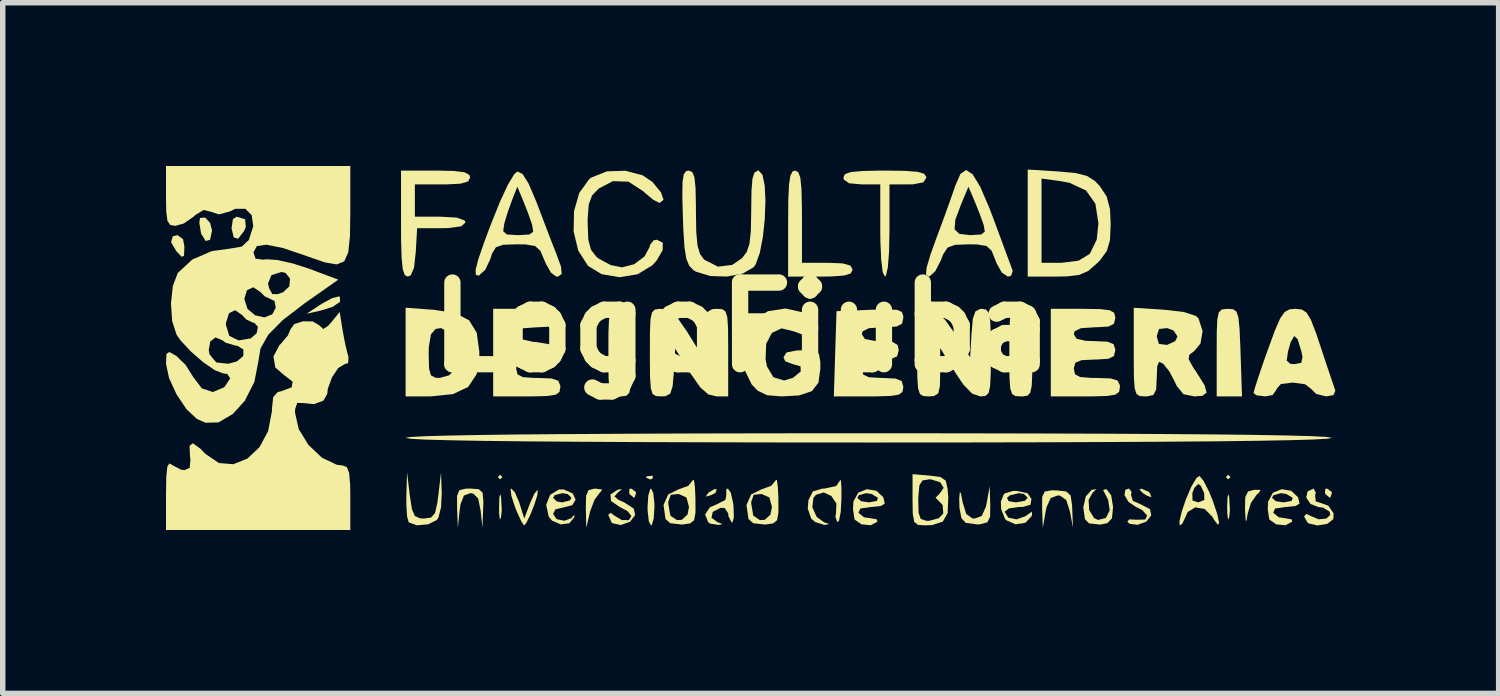
<source format=kicad_pcb>
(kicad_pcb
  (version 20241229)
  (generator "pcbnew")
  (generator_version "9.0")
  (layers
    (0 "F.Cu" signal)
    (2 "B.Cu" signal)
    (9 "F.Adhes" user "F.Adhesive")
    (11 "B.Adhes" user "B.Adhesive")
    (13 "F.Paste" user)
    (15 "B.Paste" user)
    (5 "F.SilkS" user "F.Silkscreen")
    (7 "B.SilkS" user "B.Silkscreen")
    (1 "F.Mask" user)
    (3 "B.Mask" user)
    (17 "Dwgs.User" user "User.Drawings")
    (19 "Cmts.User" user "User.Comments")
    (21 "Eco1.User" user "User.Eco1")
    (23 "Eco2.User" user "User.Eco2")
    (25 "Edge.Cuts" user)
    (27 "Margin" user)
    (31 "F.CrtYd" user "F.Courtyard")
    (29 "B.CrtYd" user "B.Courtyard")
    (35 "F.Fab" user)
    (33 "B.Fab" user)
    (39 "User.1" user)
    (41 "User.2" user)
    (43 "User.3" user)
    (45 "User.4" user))
  (footprint "LogoFiuba"
    (layer "F.Cu")
    (at 10.583 2.963)
    (property "Reference" "LogoFiuba" (at 0 0 0) (layer "F.SilkS") (effects (font (size 1.5 1.5) (thickness 0.3))))
    (attr board_only exclude_from_pos_files exclude_from_bom)
    (fp_poly (pts (xy -4.403 2.752) (xy -4.445 2.794) (xy -4.487 2.752) (xy -4.445 2.709)) (stroke (width 0) (type solid)) (fill yes) (layer "F.SilkS"))
    (fp_poly (pts (xy 8.975 2.752) (xy 8.932 2.794) (xy 8.89 2.752) (xy 8.932 2.709)) (stroke (width 0) (type solid)) (fill yes) (layer "F.SilkS"))
    (fp_poly (pts (xy -1.637 2.738) (xy -1.649 2.788) (xy -1.693 2.794) (xy -1.763 2.763) (xy -1.75 2.738) (xy -1.649 2.727)) (stroke (width 0) (type solid)) (fill yes) (layer "F.SilkS"))
    (fp_poly (pts (xy -0.463 2.98) (xy -0.489 3.043) (xy -0.568 3.085) (xy -0.667 3.111) (xy -0.626 3.049) (xy -0.615 3.037) (xy -0.504 2.971)) (stroke (width 0) (type solid)) (fill yes) (layer "F.SilkS"))
    (fp_poly (pts (xy 7.475 3.025) (xy 7.493 3.048) (xy 7.523 3.124) (xy 7.443 3.095) (xy 7.366 3.048) (xy 7.301 2.98) (xy 7.34 2.965)) (stroke (width 0) (type solid)) (fill yes) (layer "F.SilkS"))
    (fp_poly (pts (xy -10.27 -1.62) (xy -10.245 -1.482) (xy -10.252 -1.313) (xy -10.295 -1.295) (xy -10.393 -1.397) (xy -10.49 -1.563) (xy -10.459 -1.671) (xy -10.372 -1.693)) (stroke (width 0) (type solid)) (fill yes) (layer "F.SilkS"))
    (fp_poly (pts (xy -9.13 -1.984) (xy -9.116 -1.844) (xy -9.15 -1.767) (xy -9.259 -1.626) (xy -9.339 -1.651) (xy -9.379 -1.82) (xy -9.354 -1.987) (xy -9.284 -2.032)) (stroke (width 0) (type solid)) (fill yes) (layer "F.SilkS"))
    (fp_poly (pts (xy -7.389 -0.559) (xy -7.385 -0.468) (xy -7.522 -0.375) (xy -7.747 -0.305) (xy -8.001 -0.249) (xy -7.722 -0.431) (xy -7.533 -0.535) (xy -7.406 -0.567)) (stroke (width 0) (type solid)) (fill yes) (layer "F.SilkS"))
    (fp_poly (pts (xy -4.428 3.111) (xy -4.414 3.358) (xy -4.428 3.493) (xy -4.449 3.533) (xy -4.462 3.426) (xy -4.464 3.302) (xy -4.458 3.119) (xy -4.441 3.069)) (stroke (width 0) (type solid)) (fill yes) (layer "F.SilkS"))
    (fp_poly (pts (xy -1.951 3.025) (xy -1.947 3.048) (xy -1.976 3.13) (xy -1.985 3.133) (xy -2.057 3.073) (xy -2.074 3.048) (xy -2.068 2.97) (xy -2.037 2.963)) (stroke (width 0) (type solid)) (fill yes) (layer "F.SilkS"))
    (fp_poly (pts (xy 8.95 3.111) (xy 8.964 3.358) (xy 8.95 3.493) (xy 8.929 3.533) (xy 8.916 3.426) (xy 8.913 3.302) (xy 8.92 3.119) (xy 8.937 3.069)) (stroke (width 0) (type solid)) (fill yes) (layer "F.SilkS"))
    (fp_poly (pts (xy 10.834 3.025) (xy 10.837 3.048) (xy 10.808 3.13) (xy 10.8 3.133) (xy 10.728 3.073) (xy 10.71 3.048) (xy 10.717 2.97) (xy 10.748 2.963)) (stroke (width 0) (type solid)) (fill yes) (layer "F.SilkS"))
    (fp_poly (pts (xy -9.772 -1.916) (xy -9.737 -1.778) (xy -9.773 -1.608) (xy -9.854 -1.585) (xy -9.935 -1.715) (xy -9.943 -1.746) (xy -9.971 -1.923) (xy -9.958 -2.008) (xy -9.863 -2.016)) (stroke (width 0) (type solid)) (fill yes) (layer "F.SilkS"))
    (fp_poly (pts (xy -2.568 2.981) (xy -2.606 3.034) (xy -2.612 3.038) (xy -2.708 3.165) (xy -2.789 3.377) (xy -2.794 3.397) (xy -2.861 3.683) (xy -2.87 3.323) (xy -2.865 3.096) (xy -2.82 2.992) (xy -2.712 2.965) (xy -2.688 2.965)) (stroke (width 0) (type solid)) (fill yes) (layer "F.SilkS"))
    (fp_poly (pts (xy -1.632 3.038) (xy -1.61 3.226) (xy -1.609 3.302) (xy -1.623 3.514) (xy -1.658 3.632) (xy -1.672 3.641) (xy -1.712 3.566) (xy -1.734 3.378) (xy -1.736 3.302) (xy -1.722 3.09) (xy -1.686 2.972) (xy -1.672 2.963)) (stroke (width 0) (type solid)) (fill yes) (layer "F.SilkS"))
    (fp_poly (pts (xy 9.528 2.988) (xy 9.495 3.042) (xy 9.456 3.074) (xy 9.349 3.228) (xy 9.289 3.429) (xy 9.267 3.561) (xy 9.253 3.542) (xy 9.242 3.364) (xy 9.241 3.341) (xy 9.246 3.118) (xy 9.298 3.016) (xy 9.408 2.986)) (stroke (width 0) (type solid)) (fill yes) (layer "F.SilkS"))
    (fp_poly (pts (xy 9.022 -0.332) (xy 9.084 -0.289) (xy 9.12 -0.18) (xy 9.141 0.028) (xy 9.156 0.366) (xy 9.159 0.466) (xy 9.186 1.27) (xy 8.954 1.27) (xy 8.721 1.27) (xy 8.721 0.466) (xy 8.722 0.093) (xy 8.732 -0.142) (xy 8.759 -0.271) (xy 8.811 -0.326) (xy 8.896 -0.338) (xy 8.927 -0.339)) (stroke (width 0) (type solid)) (fill yes) (layer "F.SilkS"))
    (fp_poly (pts (xy -4.837 2.975) (xy -4.766 3.04) (xy -4.752 3.206) (xy -4.756 3.323) (xy -4.77 3.683) (xy -4.803 3.365) (xy -4.848 3.146) (xy -4.936 3.056) (xy -4.995 3.048) (xy -5.11 3.092) (xy -5.171 3.249) (xy -5.188 3.365) (xy -5.221 3.683) (xy -5.235 3.323) (xy -5.236 3.098) (xy -5.194 2.994) (xy -5.078 2.965) (xy -4.995 2.963)) (stroke (width 0) (type solid)) (fill yes) (layer "F.SilkS"))
    (fp_poly (pts (xy 5.779 2.997) (xy 5.956 3.016) (xy 6.037 3.09) (xy 6.064 3.269) (xy 6.067 3.344) (xy 6.08 3.683) (xy 6.025 3.387) (xy 5.957 3.174) (xy 5.844 3.094) (xy 5.8 3.09) (xy 5.67 3.138) (xy 5.594 3.307) (xy 5.578 3.387) (xy 5.526 3.683) (xy 5.514 3.336) (xy 5.515 3.116) (xy 5.562 3.018) (xy 5.69 2.995)) (stroke (width 0) (type solid)) (fill yes) (layer "F.SilkS"))
    (fp_poly (pts (xy -4.172 3.035) (xy -4.096 3.211) (xy -4.087 3.239) (xy -4.001 3.514) (xy -3.895 3.234) (xy -3.817 3.06) (xy -3.76 2.99) (xy -3.753 2.992) (xy -3.76 3.083) (xy -3.815 3.258) (xy -3.893 3.453) (xy -3.967 3.601) (xy -4.005 3.641) (xy -4.053 3.57) (xy -4.135 3.392) (xy -4.171 3.302) (xy -4.238 3.097) (xy -4.252 2.977) (xy -4.239 2.963)) (stroke (width 0) (type solid)) (fill yes) (layer "F.SilkS"))
    (fp_poly (pts (xy 4.561 3.263) (xy 4.558 3.482) (xy 4.506 3.584) (xy 4.375 3.619) (xy 4.327 3.623) (xy 4.11 3.593) (xy 4.031 3.507) (xy 3.995 3.321) (xy 3.99 3.147) (xy 4.002 3.025) (xy 4.022 3.054) (xy 4.054 3.217) (xy 4.119 3.429) (xy 4.229 3.51) (xy 4.276 3.514) (xy 4.405 3.466) (xy 4.481 3.297) (xy 4.497 3.217) (xy 4.55 2.921)) (stroke (width 0) (type solid)) (fill yes) (layer "F.SilkS"))
    (fp_poly (pts (xy 7.158 3.025) (xy 7.147 3.08) (xy 7.181 3.189) (xy 7.324 3.252) (xy 7.495 3.342) (xy 7.519 3.453) (xy 7.43 3.569) (xy 7.27 3.629) (xy 7.121 3.611) (xy 7.08 3.573) (xy 7.113 3.529) (xy 7.242 3.536) (xy 7.408 3.532) (xy 7.444 3.459) (xy 7.353 3.358) (xy 7.239 3.302) (xy 7.1 3.207) (xy 7.027 3.083) (xy 7.042 2.986) (xy 7.109 2.963)) (stroke (width 0) (type solid)) (fill yes) (layer "F.SilkS"))
    (fp_poly (pts (xy 1.033 -2.851) (xy 1.071 -2.748) (xy 1.092 -2.543) (xy 1.1 -2.208) (xy 1.101 -2.032) (xy 1.101 -1.185) (xy 1.566 -1.185) (xy 1.847 -1.174) (xy 1.992 -1.134) (xy 2.032 -1.058) (xy 1.997 -0.989) (xy 1.872 -0.95) (xy 1.625 -0.933) (xy 1.439 -0.931) (xy 0.847 -0.931) (xy 0.847 -1.905) (xy 0.85 -2.333) (xy 0.863 -2.617) (xy 0.888 -2.785) (xy 0.928 -2.863) (xy 0.974 -2.879)) (stroke (width 0) (type solid)) (fill yes) (layer "F.SilkS"))
    (fp_poly (pts (xy -5.517 3.052) (xy -5.53 3.307) (xy -5.578 3.497) (xy -5.605 3.539) (xy -5.767 3.62) (xy -5.972 3.638) (xy -6.123 3.585) (xy -6.124 3.584) (xy -6.154 3.474) (xy -6.168 3.253) (xy -6.167 3.097) (xy -6.154 2.667) (xy -6.104 3.09) (xy -6.065 3.343) (xy -6.01 3.468) (xy -5.911 3.511) (xy -5.842 3.514) (xy -5.714 3.496) (xy -5.641 3.415) (xy -5.598 3.228) (xy -5.58 3.09) (xy -5.53 2.667)) (stroke (width 0) (type solid)) (fill yes) (layer "F.SilkS"))
    (fp_poly (pts (xy -2.146 -0.333) (xy -2.084 -0.295) (xy -2.05 -0.193) (xy -2.035 0.004) (xy -2.032 0.33) (xy -2.032 0.466) (xy -2.033 0.838) (xy -2.043 1.073) (xy -2.07 1.202) (xy -2.122 1.257) (xy -2.208 1.27) (xy -2.244 1.27) (xy -2.342 1.264) (xy -2.404 1.227) (xy -2.438 1.125) (xy -2.452 0.927) (xy -2.455 0.602) (xy -2.455 0.466) (xy -2.454 0.093) (xy -2.444 -0.142) (xy -2.417 -0.271) (xy -2.365 -0.326) (xy -2.279 -0.338) (xy -2.244 -0.339)) (stroke (width 0) (type solid)) (fill yes) (layer "F.SilkS"))
    (fp_poly (pts (xy 5.22 -0.333) (xy 5.282 -0.295) (xy 5.316 -0.193) (xy 5.331 0.004) (xy 5.334 0.33) (xy 5.334 0.466) (xy 5.333 0.838) (xy 5.323 1.073) (xy 5.296 1.202) (xy 5.244 1.257) (xy 5.158 1.27) (xy 5.122 1.27) (xy 5.024 1.264) (xy 4.962 1.227) (xy 4.928 1.125) (xy 4.914 0.927) (xy 4.911 0.602) (xy 4.911 0.466) (xy 4.912 0.093) (xy 4.922 -0.142) (xy 4.949 -0.271) (xy 5.001 -0.326) (xy 5.087 -0.338) (xy 5.122 -0.339)) (stroke (width 0) (type solid)) (fill yes) (layer "F.SilkS"))
    (fp_poly (pts (xy 10.542 3.039) (xy 10.529 3.09) (xy 10.541 3.2) (xy 10.6 3.217) (xy 10.772 3.278) (xy 10.869 3.418) (xy 10.864 3.524) (xy 10.755 3.611) (xy 10.574 3.641) (xy 10.411 3.604) (xy 10.386 3.584) (xy 10.326 3.474) (xy 10.372 3.429) (xy 10.455 3.47) (xy 10.594 3.528) (xy 10.733 3.515) (xy 10.808 3.448) (xy 10.795 3.387) (xy 10.675 3.314) (xy 10.587 3.302) (xy 10.445 3.247) (xy 10.365 3.127) (xy 10.392 3.014) (xy 10.501 2.963)) (stroke (width 0) (type solid)) (fill yes) (layer "F.SilkS"))
    (fp_poly (pts (xy -2.271 3.028) (xy -2.283 3.037) (xy -2.343 3.108) (xy -2.268 3.173) (xy -2.171 3.213) (xy -1.99 3.331) (xy -1.963 3.45) (xy -2.058 3.573) (xy -2.227 3.633) (xy -2.382 3.6) (xy -2.395 3.588) (xy -2.455 3.453) (xy -2.455 3.44) (xy -2.412 3.41) (xy -2.354 3.454) (xy -2.209 3.542) (xy -2.08 3.543) (xy -2.032 3.469) (xy -2.102 3.379) (xy -2.251 3.299) (xy -2.406 3.193) (xy -2.418 3.073) (xy -2.284 2.984) (xy -2.281 2.983) (xy -2.204 2.972)) (stroke (width 0) (type solid)) (fill yes) (layer "F.SilkS"))
    (fp_poly (pts (xy 6.448 3.03) (xy 6.367 3.172) (xy 6.378 3.357) (xy 6.467 3.504) (xy 6.541 3.54) (xy 6.686 3.503) (xy 6.755 3.362) (xy 6.727 3.172) (xy 6.696 3.112) (xy 6.634 2.992) (xy 6.678 2.975) (xy 6.703 2.982) (xy 6.782 3.087) (xy 6.816 3.294) (xy 6.816 3.309) (xy 6.797 3.509) (xy 6.714 3.598) (xy 6.582 3.625) (xy 6.376 3.603) (xy 6.3 3.525) (xy 6.27 3.31) (xy 6.316 3.107) (xy 6.422 2.989) (xy 6.435 2.985) (xy 6.514 2.974)) (stroke (width 0) (type solid)) (fill yes) (layer "F.SilkS"))
    (fp_poly (pts (xy -0.207 3.038) (xy -0.164 3.225) (xy -0.156 3.295) (xy -0.15 3.493) (xy -0.175 3.586) (xy -0.189 3.586) (xy -0.248 3.476) (xy -0.254 3.418) (xy -0.319 3.321) (xy -0.395 3.317) (xy -0.538 3.392) (xy -0.561 3.5) (xy -0.45 3.581) (xy -0.449 3.581) (xy -0.357 3.615) (xy -0.428 3.631) (xy -0.43 3.631) (xy -0.582 3.608) (xy -0.621 3.584) (xy -0.678 3.439) (xy -0.591 3.308) (xy -0.461 3.251) (xy -0.304 3.171) (xy -0.289 3.08) (xy -0.289 2.977) (xy -0.26 2.963)) (stroke (width 0) (type solid)) (fill yes) (layer "F.SilkS"))
    (fp_poly (pts (xy -0.865 2.941) (xy -0.856 3.136) (xy -0.855 3.404) (xy -0.88 3.545) (xy -0.954 3.604) (xy -1.097 3.624) (xy -1.103 3.624) (xy -1.319 3.6) (xy -1.406 3.521) (xy -1.442 3.266) (xy -1.431 3.24) (xy -1.355 3.24) (xy -1.317 3.461) (xy -1.195 3.543) (xy -1.105 3.537) (xy -1.001 3.44) (xy -0.974 3.301) (xy -1.021 3.127) (xy -1.164 3.063) (xy -1.309 3.077) (xy -1.354 3.204) (xy -1.355 3.24) (xy -1.431 3.24) (xy -1.356 3.071) (xy -1.169 2.979) (xy -0.986 2.912) (xy -0.904 2.81) (xy -0.883 2.806)) (stroke (width 0) (type solid)) (fill yes) (layer "F.SilkS"))
    (fp_poly (pts (xy 0.659 2.941) (xy 0.668 3.136) (xy 0.669 3.404) (xy 0.644 3.545) (xy 0.57 3.604) (xy 0.427 3.624) (xy 0.421 3.624) (xy 0.205 3.6) (xy 0.118 3.521) (xy 0.082 3.266) (xy 0.093 3.24) (xy 0.169 3.24) (xy 0.207 3.461) (xy 0.329 3.543) (xy 0.419 3.537) (xy 0.523 3.44) (xy 0.55 3.301) (xy 0.503 3.127) (xy 0.36 3.063) (xy 0.215 3.077) (xy 0.17 3.204) (xy 0.169 3.24) (xy 0.093 3.24) (xy 0.168 3.071) (xy 0.355 2.979) (xy 0.538 2.912) (xy 0.62 2.81) (xy 0.641 2.806)) (stroke (width 0) (type solid)) (fill yes) (layer "F.SilkS"))
    (fp_poly (pts (xy 1.826 2.943) (xy 1.827 3.146) (xy 1.813 3.396) (xy 1.782 3.552) (xy 1.751 3.582) (xy 1.714 3.478) (xy 1.727 3.42) (xy 1.734 3.24) (xy 1.643 3.101) (xy 1.501 3.035) (xy 1.358 3.078) (xy 1.312 3.133) (xy 1.291 3.304) (xy 1.371 3.483) (xy 1.507 3.583) (xy 1.602 3.615) (xy 1.534 3.629) (xy 1.513 3.631) (xy 1.346 3.579) (xy 1.271 3.515) (xy 1.208 3.332) (xy 1.22 3.176) (xy 1.302 3.016) (xy 1.473 2.964) (xy 1.519 2.963) (xy 1.731 2.916) (xy 1.8 2.815) (xy 1.817 2.809)) (stroke (width 0) (type solid)) (fill yes) (layer "F.SilkS"))
    (fp_poly (pts (xy 2.996 -2.874) (xy 3.228 -2.856) (xy 3.348 -2.82) (xy 3.386 -2.761) (xy 3.387 -2.752) (xy 3.331 -2.663) (xy 3.145 -2.627) (xy 3.048 -2.625) (xy 2.709 -2.625) (xy 2.709 -1.778) (xy 2.701 -1.385) (xy 2.679 -1.1) (xy 2.644 -0.949) (xy 2.625 -0.931) (xy 2.585 -1.012) (xy 2.557 -1.237) (xy 2.542 -1.583) (xy 2.54 -1.778) (xy 2.54 -2.625) (xy 2.201 -2.625) (xy 1.966 -2.646) (xy 1.869 -2.715) (xy 1.863 -2.752) (xy 1.892 -2.814) (xy 2.001 -2.852) (xy 2.217 -2.872) (xy 2.569 -2.879) (xy 2.625 -2.879)) (stroke (width 0) (type solid)) (fill yes) (layer "F.SilkS"))
    (fp_poly (pts (xy -5.295 -2.872) (xy -5.099 -2.848) (xy -5.01 -2.8) (xy -4.995 -2.752) (xy -5.034 -2.678) (xy -5.173 -2.638) (xy -5.442 -2.625) (xy -5.503 -2.625) (xy -6.011 -2.625) (xy -6.011 -2.328) (xy -6.011 -2.032) (xy -5.546 -2.032) (xy -5.241 -2.015) (xy -5.095 -1.962) (xy -5.08 -1.926) (xy -5.158 -1.855) (xy -5.397 -1.823) (xy -5.524 -1.82) (xy -5.969 -1.82) (xy -5.995 -1.376) (xy -6.027 -1.092) (xy -6.087 -0.954) (xy -6.143 -0.931) (xy -6.197 -0.96) (xy -6.233 -1.065) (xy -6.254 -1.27) (xy -6.264 -1.603) (xy -6.265 -1.905) (xy -6.265 -2.879) (xy -5.63 -2.879)) (stroke (width 0) (type solid)) (fill yes) (layer "F.SilkS"))
    (fp_poly (pts (xy -5.66 -0.321) (xy -5.267 -0.26) (xy -5.014 -0.128) (xy -4.875 0.099) (xy -4.827 0.444) (xy -4.826 0.511) (xy -4.875 0.861) (xy -5.032 1.096) (xy -5.311 1.228) (xy -5.726 1.27) (xy -5.726 1.27) (xy -6.181 1.27) (xy -6.181 0.505) (xy -5.757 0.505) (xy -5.75 0.758) (xy -5.715 0.884) (xy -5.632 0.927) (xy -5.555 0.931) (xy -5.378 0.881) (xy -5.301 0.797) (xy -5.246 0.526) (xy -5.278 0.278) (xy -5.378 0.094) (xy -5.531 0.015) (xy -5.629 0.03) (xy -5.715 0.129) (xy -5.754 0.357) (xy -5.757 0.505) (xy -6.181 0.505) (xy -6.181 0.455) (xy -6.181 -0.359)) (stroke (width 0) (type solid)) (fill yes) (layer "F.SilkS"))
    (fp_poly (pts (xy -3.111 3.052) (xy -3.057 3.167) (xy -3.119 3.269) (xy -3.253 3.302) (xy -3.428 3.345) (xy -3.471 3.429) (xy -3.406 3.525) (xy -3.265 3.555) (xy -3.133 3.507) (xy -3.104 3.469) (xy -3.077 3.45) (xy -3.082 3.49) (xy -3.172 3.601) (xy -3.332 3.621) (xy -3.492 3.551) (xy -3.553 3.476) (xy -3.598 3.262) (xy -3.547 3.133) (xy -3.471 3.133) (xy -3.4 3.201) (xy -3.302 3.217) (xy -3.164 3.182) (xy -3.133 3.133) (xy -3.204 3.064) (xy -3.302 3.048) (xy -3.44 3.083) (xy -3.471 3.133) (xy -3.547 3.133) (xy -3.526 3.079) (xy -3.367 2.981) (xy -3.276 2.979)) (stroke (width 0) (type solid)) (fill yes) (layer "F.SilkS"))
    (fp_poly (pts (xy 2.47 3.004) (xy 2.596 3.124) (xy 2.623 3.239) (xy 2.551 3.283) (xy 2.373 3.302) (xy 2.364 3.302) (xy 2.174 3.33) (xy 2.139 3.408) (xy 2.243 3.491) (xy 2.354 3.507) (xy 2.477 3.529) (xy 2.488 3.571) (xy 2.365 3.637) (xy 2.195 3.621) (xy 2.073 3.536) (xy 2.065 3.52) (xy 2.039 3.342) (xy 2.046 3.202) (xy 2.084 3.133) (xy 2.117 3.133) (xy 2.189 3.196) (xy 2.333 3.217) (xy 2.477 3.19) (xy 2.498 3.133) (xy 2.378 3.062) (xy 2.281 3.048) (xy 2.146 3.084) (xy 2.117 3.133) (xy 2.084 3.133) (xy 2.134 3.039) (xy 2.296 2.975)) (stroke (width 0) (type solid)) (fill yes) (layer "F.SilkS"))
    (fp_poly (pts (xy 8.479 2.82) (xy 8.579 3.017) (xy 8.644 3.173) (xy 8.731 3.431) (xy 8.765 3.59) (xy 8.744 3.63) (xy 8.67 3.533) (xy 8.64 3.479) (xy 8.499 3.338) (xy 8.327 3.309) (xy 8.188 3.394) (xy 8.153 3.471) (xy 8.09 3.608) (xy 8.043 3.641) (xy 8.035 3.569) (xy 8.08 3.384) (xy 8.151 3.172) (xy 8.204 3.048) (xy 8.273 3.048) (xy 8.277 3.184) (xy 8.382 3.217) (xy 8.494 3.173) (xy 8.491 3.048) (xy 8.428 2.911) (xy 8.382 2.879) (xy 8.311 2.949) (xy 8.273 3.048) (xy 8.204 3.048) (xy 8.255 2.927) (xy 8.35 2.768) (xy 8.405 2.731)) (stroke (width 0) (type solid)) (fill yes) (layer "F.SilkS"))
    (fp_poly (pts (xy 10.09 3.004) (xy 10.216 3.124) (xy 10.243 3.239) (xy 10.171 3.283) (xy 9.993 3.302) (xy 9.984 3.302) (xy 9.794 3.33) (xy 9.759 3.408) (xy 9.863 3.491) (xy 9.974 3.507) (xy 10.097 3.529) (xy 10.108 3.571) (xy 9.985 3.637) (xy 9.815 3.621) (xy 9.693 3.536) (xy 9.685 3.52) (xy 9.659 3.342) (xy 9.666 3.202) (xy 9.704 3.133) (xy 9.737 3.133) (xy 9.809 3.196) (xy 9.953 3.217) (xy 10.097 3.19) (xy 10.118 3.133) (xy 9.998 3.062) (xy 9.901 3.048) (xy 9.766 3.084) (xy 9.737 3.133) (xy 9.704 3.133) (xy 9.754 3.039) (xy 9.916 2.975)) (stroke (width 0) (type solid)) (fill yes) (layer "F.SilkS"))
    (fp_poly (pts (xy 3.45 2.725) (xy 3.647 2.751) (xy 3.742 2.818) (xy 3.778 2.975) (xy 3.789 3.128) (xy 3.778 3.414) (xy 3.688 3.571) (xy 3.492 3.634) (xy 3.365 3.639) (xy 3.233 3.631) (xy 3.164 3.575) (xy 3.137 3.432) (xy 3.133 3.175) (xy 3.238 3.175) (xy 3.244 3.41) (xy 3.284 3.522) (xy 3.385 3.555) (xy 3.439 3.556) (xy 3.618 3.506) (xy 3.698 3.42) (xy 3.685 3.266) (xy 3.632 3.209) (xy 3.556 3.131) (xy 3.63 3.057) (xy 3.704 2.95) (xy 3.642 2.848) (xy 3.474 2.795) (xy 3.437 2.794) (xy 3.317 2.814) (xy 3.259 2.902) (xy 3.24 3.104) (xy 3.238 3.175) (xy 3.133 3.175) (xy 3.133 3.17) (xy 3.133 2.699)) (stroke (width 0) (type solid)) (fill yes) (layer "F.SilkS"))
    (fp_poly (pts (xy 5.245 3.048) (xy 5.318 3.154) (xy 5.3 3.26) (xy 5.165 3.3) (xy 5.086 3.302) (xy 4.905 3.327) (xy 4.826 3.387) (xy 4.826 3.389) (xy 4.892 3.498) (xy 5.044 3.529) (xy 5.209 3.47) (xy 5.222 3.46) (xy 5.323 3.388) (xy 5.33 3.437) (xy 5.32 3.471) (xy 5.206 3.592) (xy 5.025 3.62) (xy 4.855 3.545) (xy 4.833 3.522) (xy 4.76 3.341) (xy 4.756 3.201) (xy 4.784 3.133) (xy 4.868 3.133) (xy 4.898 3.195) (xy 5.033 3.217) (xy 5.194 3.189) (xy 5.249 3.133) (xy 5.179 3.063) (xy 5.085 3.048) (xy 4.923 3.087) (xy 4.868 3.133) (xy 4.784 3.133) (xy 4.815 3.057) (xy 4.97 3.008) (xy 5.037 3.006)) (stroke (width 0) (type solid)) (fill yes) (layer "F.SilkS"))
    (fp_poly (pts (xy 5.811 -2.863) (xy 6.132 -2.833) (xy 6.337 -2.781) (xy 6.483 -2.689) (xy 6.573 -2.594) (xy 6.7 -2.402) (xy 6.761 -2.169) (xy 6.773 -1.894) (xy 6.76 -1.6) (xy 6.704 -1.404) (xy 6.581 -1.235) (xy 6.526 -1.179) (xy 6.364 -1.037) (xy 6.199 -0.963) (xy 5.968 -0.935) (xy 5.764 -0.931) (xy 5.249 -0.931) (xy 5.249 -1.915) (xy 5.249 -1.958) (xy 5.503 -1.958) (xy 5.503 -1.185) (xy 5.871 -1.185) (xy 6.181 -1.223) (xy 6.383 -1.345) (xy 6.393 -1.356) (xy 6.517 -1.612) (xy 6.548 -1.911) (xy 6.492 -2.271) (xy 6.319 -2.514) (xy 6.016 -2.654) (xy 5.854 -2.685) (xy 5.503 -2.732) (xy 5.503 -1.958) (xy 5.249 -1.958) (xy 5.249 -2.898)) (stroke (width 0) (type solid)) (fill yes) (layer "F.SilkS"))
    (fp_poly (pts (xy -0.365 -0.333) (xy -0.305 -0.293) (xy -0.271 -0.189) (xy -0.257 0.012) (xy -0.254 0.342) (xy -0.254 0.466) (xy -0.254 1.27) (xy -0.469 1.27) (xy -0.619 1.234) (xy -0.765 1.106) (xy -0.941 0.856) (xy -0.956 0.832) (xy -1.228 0.393) (xy -1.253 0.832) (xy -1.276 1.089) (xy -1.319 1.22) (xy -1.405 1.265) (xy -1.486 1.27) (xy -1.582 1.264) (xy -1.643 1.225) (xy -1.676 1.12) (xy -1.69 0.919) (xy -1.693 0.589) (xy -1.693 0.466) (xy -1.692 0.093) (xy -1.682 -0.142) (xy -1.655 -0.271) (xy -1.603 -0.326) (xy -1.517 -0.338) (xy -1.481 -0.339) (xy -1.332 -0.302) (xy -1.186 -0.173) (xy -1.01 0.08) (xy -0.994 0.106) (xy -0.72 0.55) (xy -0.694 0.106) (xy -0.672 -0.154) (xy -0.63 -0.286) (xy -0.546 -0.334) (xy -0.461 -0.339)) (stroke (width 0) (type solid)) (fill yes) (layer "F.SilkS"))
    (fp_poly (pts (xy 1.103 -0.278) (xy 1.281 -0.158) (xy 1.399 -0.026) (xy 1.398 0.048) (xy 1.315 0.105) (xy 1.112 0.135) (xy 0.959 0.077) (xy 0.727 0.02) (xy 0.548 0.104) (xy 0.444 0.303) (xy 0.433 0.592) (xy 0.458 0.719) (xy 0.576 0.918) (xy 0.773 0.978) (xy 0.937 0.928) (xy 1.078 0.812) (xy 1.075 0.717) (xy 0.931 0.677) (xy 0.793 0.624) (xy 0.762 0.55) (xy 0.818 0.462) (xy 1.003 0.426) (xy 1.101 0.423) (xy 1.317 0.432) (xy 1.414 0.488) (xy 1.439 0.642) (xy 1.439 0.759) (xy 1.405 1.016) (xy 1.282 1.174) (xy 1.046 1.252) (xy 0.731 1.27) (xy 0.462 1.249) (xy 0.287 1.165) (xy 0.175 1.047) (xy 0.029 0.744) (xy -0.005 0.397) (xy 0.074 0.069) (xy 0.208 -0.131) (xy 0.476 -0.295) (xy 0.796 -0.345)) (stroke (width 0) (type solid)) (fill yes) (layer "F.SilkS"))
    (fp_poly (pts (xy 2.851 -0.32) (xy 2.937 -0.282) (xy 2.962 -0.206) (xy 2.963 -0.173) (xy 2.94 -0.065) (xy 2.839 -0.014) (xy 2.619 -0.000114) (xy 2.582 0) (xy 2.331 0.017) (xy 2.217 0.073) (xy 2.201 0.127) (xy 2.257 0.215) (xy 2.443 0.252) (xy 2.54 0.254) (xy 2.762 0.268) (xy 2.859 0.326) (xy 2.879 0.423) (xy 2.85 0.534) (xy 2.735 0.583) (xy 2.54 0.593) (xy 2.318 0.607) (xy 2.221 0.664) (xy 2.201 0.762) (xy 2.226 0.868) (xy 2.33 0.918) (xy 2.555 0.931) (xy 2.582 0.931) (xy 2.82 0.942) (xy 2.933 0.988) (xy 2.963 1.089) (xy 2.963 1.101) (xy 2.948 1.187) (xy 2.88 1.238) (xy 2.724 1.262) (xy 2.444 1.27) (xy 2.325 1.27) (xy 1.687 1.27) (xy 1.711 0.487) (xy 1.736 -0.296) (xy 2.349 -0.321) (xy 2.667 -0.33)) (stroke (width 0) (type solid)) (fill yes) (layer "F.SilkS"))
    (fp_poly (pts (xy 4.484 -0.325) (xy 4.532 -0.265) (xy 4.559 -0.126) (xy 4.57 0.123) (xy 4.572 0.466) (xy 4.57 0.838) (xy 4.559 1.074) (xy 4.532 1.203) (xy 4.481 1.258) (xy 4.398 1.27) (xy 4.38 1.27) (xy 4.23 1.22) (xy 4.068 1.055) (xy 3.914 0.826) (xy 3.641 0.381) (xy 3.641 0.826) (xy 3.635 1.085) (xy 3.603 1.217) (xy 3.525 1.264) (xy 3.429 1.27) (xy 3.331 1.264) (xy 3.269 1.227) (xy 3.235 1.125) (xy 3.221 0.927) (xy 3.217 0.602) (xy 3.217 0.466) (xy 3.219 0.093) (xy 3.23 -0.142) (xy 3.257 -0.271) (xy 3.308 -0.326) (xy 3.392 -0.339) (xy 3.416 -0.339) (xy 3.568 -0.292) (xy 3.733 -0.134) (xy 3.903 0.106) (xy 4.191 0.55) (xy 4.217 0.106) (xy 4.241 -0.158) (xy 4.288 -0.292) (xy 4.372 -0.337) (xy 4.407 -0.339)) (stroke (width 0) (type solid)) (fill yes) (layer "F.SilkS"))
    (fp_poly (pts (xy -3.668 -0.334) (xy -3.489 -0.313) (xy -3.408 -0.267) (xy -3.387 -0.183) (xy -3.387 -0.169) (xy -3.412 -0.064) (xy -3.515 -0.013) (xy -3.74 -0.000065) (xy -3.768 0) (xy -4.022 0.018) (xy -4.136 0.077) (xy -4.149 0.122) (xy -4.074 0.215) (xy -3.845 0.266) (xy -3.79 0.27) (xy -3.537 0.312) (xy -3.419 0.397) (xy -3.402 0.445) (xy -3.412 0.537) (xy -3.513 0.581) (xy -3.742 0.593) (xy -3.761 0.593) (xy -4.002 0.603) (xy -4.117 0.648) (xy -4.148 0.745) (xy -4.149 0.762) (xy -4.125 0.865) (xy -4.027 0.916) (xy -3.812 0.931) (xy -3.743 0.931) (xy -3.496 0.941) (xy -3.376 0.982) (xy -3.339 1.072) (xy -3.338 1.101) (xy -3.354 1.188) (xy -3.424 1.239) (xy -3.584 1.263) (xy -3.869 1.27) (xy -3.955 1.27) (xy -4.572 1.27) (xy -4.572 0.466) (xy -4.572 -0.339) (xy -3.979 -0.339)) (stroke (width 0) (type solid)) (fill yes) (layer "F.SilkS"))
    (fp_poly (pts (xy -1.826 -2.792) (xy -1.647 -2.671) (xy -1.489 -2.479) (xy -1.442 -2.342) (xy -1.513 -2.286) (xy -1.52 -2.286) (xy -1.629 -2.341) (xy -1.79 -2.475) (xy -1.813 -2.498) (xy -2.086 -2.675) (xy -2.373 -2.685) (xy -2.636 -2.547) (xy -2.755 -2.422) (xy -2.816 -2.258) (xy -2.836 -1.997) (xy -2.836 -1.905) (xy -2.824 -1.609) (xy -2.776 -1.425) (xy -2.675 -1.295) (xy -2.636 -1.263) (xy -2.411 -1.142) (xy -2.205 -1.101) (xy -1.981 -1.159) (xy -1.79 -1.303) (xy -1.695 -1.481) (xy -1.693 -1.51) (xy -1.625 -1.597) (xy -1.566 -1.609) (xy -1.456 -1.554) (xy -1.459 -1.415) (xy -1.568 -1.227) (xy -1.647 -1.139) (xy -1.919 -0.974) (xy -2.252 -0.92) (xy -2.582 -0.976) (xy -2.83 -1.129) (xy -3.009 -1.409) (xy -3.094 -1.76) (xy -3.087 -2.131) (xy -2.991 -2.468) (xy -2.808 -2.721) (xy -2.769 -2.751) (xy -2.482 -2.865) (xy -2.144 -2.876)) (stroke (width 0) (type solid)) (fill yes) (layer "F.SilkS"))
    (fp_poly (pts (xy 3.913 1.948) (xy 5.337 1.951) (xy 6.599 1.955) (xy 7.699 1.961) (xy 8.636 1.968) (xy 9.409 1.977) (xy 10.016 1.988) (xy 10.457 2) (xy 10.731 2.014) (xy 10.836 2.03) (xy 10.837 2.032) (xy 10.753 2.048) (xy 10.5 2.062) (xy 10.08 2.074) (xy 9.493 2.085) (xy 8.741 2.095) (xy 7.825 2.102) (xy 6.745 2.108) (xy 5.502 2.113) (xy 4.099 2.116) (xy 2.534 2.117) (xy 2.328 2.117) (xy 0.744 2.116) (xy -0.68 2.113) (xy -1.942 2.109) (xy -3.043 2.103) (xy -3.979 2.096) (xy -4.752 2.087) (xy -5.359 2.076) (xy -5.8 2.064) (xy -6.074 2.05) (xy -6.179 2.034) (xy -6.181 2.032) (xy -6.096 2.016) (xy -5.843 2.002) (xy -5.423 1.99) (xy -4.837 1.979) (xy -4.084 1.969) (xy -3.168 1.962) (xy -2.088 1.956) (xy -0.846 1.951) (xy 0.558 1.948) (xy 2.122 1.947) (xy 2.328 1.947)) (stroke (width 0) (type solid)) (fill yes) (layer "F.SilkS"))
    (fp_poly (pts (xy 6.577 -0.334) (xy 6.755 -0.313) (xy 6.837 -0.267) (xy 6.858 -0.183) (xy 6.858 -0.169) (xy 6.833 -0.064) (xy 6.73 -0.013) (xy 6.504 -0.000065) (xy 6.477 0) (xy 6.226 0.017) (xy 6.111 0.073) (xy 6.096 0.127) (xy 6.146 0.211) (xy 6.315 0.249) (xy 6.477 0.254) (xy 6.715 0.265) (xy 6.828 0.311) (xy 6.858 0.411) (xy 6.858 0.423) (xy 6.833 0.529) (xy 6.73 0.579) (xy 6.504 0.593) (xy 6.477 0.593) (xy 6.239 0.604) (xy 6.126 0.65) (xy 6.096 0.75) (xy 6.096 0.762) (xy 6.118 0.864) (xy 6.213 0.914) (xy 6.421 0.931) (xy 6.519 0.931) (xy 6.773 0.94) (xy 6.9 0.978) (xy 6.941 1.062) (xy 6.943 1.101) (xy 6.928 1.187) (xy 6.859 1.238) (xy 6.702 1.262) (xy 6.422 1.27) (xy 6.308 1.27) (xy 5.673 1.27) (xy 5.673 0.466) (xy 5.673 -0.339) (xy 6.265 -0.339)) (stroke (width 0) (type solid)) (fill yes) (layer "F.SilkS"))
    (fp_poly (pts (xy 10.282 -0.327) (xy 10.37 -0.272) (xy 10.45 -0.141) (xy 10.543 0.097) (xy 10.631 0.36) (xy 10.74 0.689) (xy 10.832 0.962) (xy 10.891 1.135) (xy 10.901 1.164) (xy 10.864 1.248) (xy 10.728 1.27) (xy 10.549 1.225) (xy 10.468 1.143) (xy 10.346 1.047) (xy 10.12 1.016) (xy 9.9 1.043) (xy 9.822 1.13) (xy 9.821 1.143) (xy 9.748 1.245) (xy 9.61 1.27) (xy 9.45 1.249) (xy 9.398 1.208) (xy 9.425 1.106) (xy 9.497 0.884) (xy 9.59 0.612) (xy 10.007 0.612) (xy 10.074 0.672) (xy 10.152 0.677) (xy 10.276 0.653) (xy 10.297 0.546) (xy 10.277 0.445) (xy 10.208 0.218) (xy 10.146 0.16) (xy 10.081 0.27) (xy 10.031 0.445) (xy 10.007 0.612) (xy 9.59 0.612) (xy 9.601 0.58) (xy 9.664 0.404) (xy 9.792 0.055) (xy 9.887 -0.163) (xy 9.97 -0.282) (xy 10.061 -0.33) (xy 10.165 -0.339)) (stroke (width 0) (type solid)) (fill yes) (layer "F.SilkS"))
    (fp_poly (pts (xy 0.376 -2.802) (xy 0.417 -2.601) (xy 0.43 -2.315) (xy 0.418 -1.987) (xy 0.383 -1.658) (xy 0.327 -1.368) (xy 0.252 -1.159) (xy 0.216 -1.105) (xy 0.014 -0.987) (xy -0.277 -0.932) (xy -0.587 -0.942) (xy -0.848 -1.022) (xy -0.894 -1.051) (xy -0.971 -1.131) (xy -1.023 -1.257) (xy -1.057 -1.465) (xy -1.078 -1.788) (xy -1.087 -2.025) (xy -1.097 -2.417) (xy -1.093 -2.668) (xy -1.071 -2.81) (xy -1.027 -2.869) (xy -0.982 -2.879) (xy -0.916 -2.854) (xy -0.875 -2.758) (xy -0.854 -2.562) (xy -0.847 -2.235) (xy -0.847 -2.13) (xy -0.841 -1.75) (xy -0.818 -1.502) (xy -0.772 -1.346) (xy -0.697 -1.245) (xy -0.692 -1.241) (xy -0.443 -1.114) (xy -0.18 -1.146) (xy 0 -1.27) (xy 0.085 -1.382) (xy 0.137 -1.534) (xy 0.162 -1.768) (xy 0.169 -2.127) (xy 0.169 -2.159) (xy 0.174 -2.515) (xy 0.192 -2.732) (xy 0.229 -2.843) (xy 0.292 -2.878) (xy 0.306 -2.879)) (stroke (width 0) (type solid)) (fill yes) (layer "F.SilkS"))
    (fp_poly (pts (xy 7.753 -0.323) (xy 8.121 -0.28) (xy 8.339 -0.208) (xy 8.386 -0.165) (xy 8.462 0.07) (xy 8.423 0.299) (xy 8.309 0.436) (xy 8.216 0.507) (xy 8.207 0.59) (xy 8.289 0.737) (xy 8.351 0.829) (xy 8.499 1.066) (xy 8.536 1.2) (xy 8.46 1.259) (xy 8.308 1.27) (xy 8.11 1.229) (xy 7.986 1.077) (xy 7.96 1.019) (xy 7.85 0.809) (xy 7.738 0.67) (xy 7.663 0.635) (xy 7.628 0.714) (xy 7.62 0.921) (xy 7.609 1.143) (xy 7.558 1.244) (xy 7.438 1.27) (xy 7.408 1.27) (xy 7.311 1.265) (xy 7.249 1.227) (xy 7.215 1.126) (xy 7.2 0.93) (xy 7.197 0.608) (xy 7.197 0.456) (xy 7.197 0.169) (xy 7.62 0.169) (xy 7.659 0.305) (xy 7.803 0.324) (xy 7.811 0.323) (xy 7.959 0.254) (xy 8.001 0.169) (xy 7.929 0.06) (xy 7.811 0.015) (xy 7.662 0.031) (xy 7.62 0.162) (xy 7.62 0.169) (xy 7.197 0.169) (xy 7.197 -0.358)) (stroke (width 0) (type solid)) (fill yes) (layer "F.SilkS"))
    (fp_poly (pts (xy 4.236 -2.812) (xy 4.377 -2.581) (xy 4.544 -2.192) (xy 4.613 -2.011) (xy 4.748 -1.647) (xy 4.862 -1.338) (xy 4.943 -1.12) (xy 4.974 -1.037) (xy 4.943 -0.946) (xy 4.884 -0.931) (xy 4.773 -1.005) (xy 4.67 -1.19) (xy 4.657 -1.228) (xy 4.585 -1.408) (xy 4.491 -1.494) (xy 4.316 -1.522) (xy 4.159 -1.524) (xy 3.913 -1.515) (xy 3.778 -1.465) (xy 3.695 -1.34) (xy 3.652 -1.228) (xy 3.553 -1.034) (xy 3.446 -0.935) (xy 3.426 -0.931) (xy 3.38 -0.97) (xy 3.392 -1.099) (xy 3.465 -1.343) (xy 3.568 -1.63) (xy 3.631 -1.8) (xy 3.905 -1.8) (xy 3.992 -1.716) (xy 4.19 -1.693) (xy 4.197 -1.693) (xy 4.394 -1.705) (xy 4.461 -1.758) (xy 4.44 -1.878) (xy 4.364 -2.091) (xy 4.271 -2.323) (xy 4.16 -2.582) (xy 4.028 -2.268) (xy 3.919 -1.975) (xy 3.905 -1.8) (xy 3.631 -1.8) (xy 3.7 -1.985) (xy 3.818 -2.312) (xy 3.903 -2.556) (xy 3.919 -2.603) (xy 4.013 -2.818) (xy 4.117 -2.889)) (stroke (width 0) (type solid)) (fill yes) (layer "F.SilkS"))
    (fp_poly (pts (xy -4.032 -2.817) (xy -3.92 -2.638) (xy -3.78 -2.309) (xy -3.765 -2.269) (xy -3.635 -1.927) (xy -3.513 -1.608) (xy -3.422 -1.377) (xy -3.417 -1.365) (xy -3.326 -1.114) (xy -3.313 -0.981) (xy -3.376 -0.934) (xy -3.412 -0.931) (xy -3.51 -1.003) (xy -3.611 -1.181) (xy -3.629 -1.228) (xy -3.706 -1.407) (xy -3.804 -1.494) (xy -3.979 -1.522) (xy -4.142 -1.524) (xy -4.389 -1.516) (xy -4.522 -1.47) (xy -4.592 -1.357) (xy -4.626 -1.249) (xy -4.718 -1.055) (xy -4.834 -0.951) (xy -4.843 -0.948) (xy -4.892 -0.966) (xy -4.894 -1.059) (xy -4.845 -1.25) (xy -4.738 -1.56) (xy -4.662 -1.765) (xy -4.388 -1.765) (xy -4.323 -1.706) (xy -4.134 -1.693) (xy -4.11 -1.693) (xy -3.908 -1.704) (xy -3.836 -1.755) (xy -3.855 -1.876) (xy -3.857 -1.884) (xy -3.933 -2.103) (xy -4.022 -2.328) (xy -4.128 -2.582) (xy -4.222 -2.346) (xy -4.312 -2.094) (xy -4.369 -1.901) (xy -4.388 -1.765) (xy -4.662 -1.765) (xy -4.619 -1.879) (xy -4.448 -2.304) (xy -4.3 -2.623) (xy -4.184 -2.814) (xy -4.127 -2.862)) (stroke (width 0) (type solid)) (fill yes) (layer "F.SilkS"))
    (fp_poly (pts (xy -7.337 0.063) (xy -7.289 0.317) (xy -7.24 0.513) (xy -7.23 0.543) (xy -7.237 0.658) (xy -7.301 0.677) (xy -7.419 0.749) (xy -7.534 0.922) (xy -7.61 1.129) (xy -7.62 1.223) (xy -7.692 1.349) (xy -7.865 1.412) (xy -8.055 1.393) (xy -8.171 1.389) (xy -8.211 1.504) (xy -8.213 1.569) (xy -8.144 1.872) (xy -7.965 2.162) (xy -7.718 2.396) (xy -7.443 2.527) (xy -7.332 2.54) (xy -7.259 2.569) (xy -7.218 2.679) (xy -7.199 2.902) (xy -7.197 3.133) (xy -7.197 3.725) (xy -8.89 3.725) (xy -10.583 3.725) (xy -10.583 3.073) (xy -10.578 2.743) (xy -10.558 2.559) (xy -10.521 2.501) (xy -10.482 2.523) (xy -10.314 2.614) (xy -10.242 2.625) (xy -10.148 2.582) (xy -10.134 2.43) (xy -10.142 2.371) (xy -10.15 2.178) (xy -10.09 2.131) (xy -9.953 2.229) (xy -9.856 2.328) (xy -9.611 2.494) (xy -9.346 2.516) (xy -9.089 2.413) (xy -8.866 2.204) (xy -8.707 1.908) (xy -8.637 1.543) (xy -8.636 1.492) (xy -8.614 1.283) (xy -8.53 1.19) (xy -8.452 1.17) (xy -8.276 1.104) (xy -8.256 1) (xy -8.397 0.891) (xy -8.403 0.888) (xy -8.575 0.739) (xy -8.609 0.535) (xy -8.498 0.327) (xy -8.47 0.3) (xy -8.342 0.148) (xy -8.297 0.039) (xy -8.227 -0.059) (xy -8.065 -0.11) (xy -7.887 -0.107) (xy -7.766 -0.037) (xy -7.763 -0.032) (xy -7.694 0.032) (xy -7.6 -0.03) (xy -7.543 -0.096) (xy -7.392 -0.282)) (stroke (width 0) (type solid)) (fill yes) (layer "F.SilkS"))
    (fp_poly (pts (xy -7.197 -2.127) (xy -7.203 -1.678) (xy -7.234 -1.379) (xy -7.308 -1.211) (xy -7.445 -1.155) (xy -7.664 -1.192) (xy -7.982 -1.302) (xy -8.002 -1.31) (xy -8.437 -1.457) (xy -8.736 -1.517) (xy -8.912 -1.493) (xy -8.974 -1.383) (xy -8.975 -1.369) (xy -8.937 -1.26) (xy -8.795 -1.242) (xy -8.741 -1.249) (xy -8.543 -1.237) (xy -8.254 -1.173) (xy -7.962 -1.079) (xy -7.417 -0.875) (xy -8.038 -0.439) (xy -8.439 -0.131) (xy -8.703 0.136) (xy -8.847 0.389) (xy -8.89 0.647) (xy -8.959 1.003) (xy -9.137 1.353) (xy -9.357 1.594) (xy -9.619 1.748) (xy -9.856 1.754) (xy -10.014 1.685) (xy -10.204 1.509) (xy -10.388 1.235) (xy -10.527 0.934) (xy -10.583 0.672) (xy -10.583 0.669) (xy -10.575 0.491) (xy -10.523 0.454) (xy -10.393 0.526) (xy -10.223 0.691) (xy -10.082 0.915) (xy -10.081 0.917) (xy -9.924 1.123) (xy -9.724 1.19) (xy -9.523 1.106) (xy -9.5 1.084) (xy -9.404 0.939) (xy -9.456 0.858) (xy -9.535 0.847) (xy -9.686 0.789) (xy -9.899 0.642) (xy -10.124 0.447) (xy -10.146 0.423) (xy -9.798 0.423) (xy -9.782 0.499) (xy -9.659 0.646) (xy -9.439 0.67) (xy -9.278 0.626) (xy -9.162 0.526) (xy -9.162 0.407) (xy -9.272 0.34) (xy -9.296 0.339) (xy -9.484 0.285) (xy -9.55 0.237) (xy -9.676 0.187) (xy -9.771 0.263) (xy -9.798 0.423) (xy -10.146 0.423) (xy -10.314 0.244) (xy -10.39 0.135) (xy -10.447 -0.044) (xy -9.483 -0.044) (xy -9.42 0.158) (xy -9.25 0.241) (xy -9.024 0.203) (xy -8.918 0.11) (xy -8.894 -0.01) (xy -8.962 -0.082) (xy -8.986 -0.085) (xy -9.111 -0.146) (xy -9.185 -0.225) (xy -9.314 -0.314) (xy -9.425 -0.259) (xy -9.481 -0.083) (xy -9.483 -0.044) (xy -10.447 -0.044) (xy -10.47 -0.116) (xy -10.492 -0.439) (xy -10.483 -0.52) (xy -9.144 -0.52) (xy -9.085 -0.337) (xy -8.945 -0.22) (xy -8.776 -0.182) (xy -8.63 -0.238) (xy -8.567 -0.36) (xy -8.59 -0.484) (xy -8.642 -0.508) (xy -8.772 -0.57) (xy -8.847 -0.648) (xy -8.979 -0.735) (xy -9.096 -0.681) (xy -9.144 -0.52) (xy -10.483 -0.52) (xy -10.458 -0.758) (xy -10.44 -0.804) (xy -8.709 -0.804) (xy -8.688 -0.716) (xy -8.631 -0.611) (xy -8.533 -0.608) (xy -8.431 -0.644) (xy -8.317 -0.751) (xy -8.304 -0.893) (xy -8.386 -0.999) (xy -8.462 -1.016) (xy -8.647 -0.957) (xy -8.709 -0.804) (xy -10.44 -0.804) (xy -10.369 -0.994) (xy -10.367 -0.998) (xy -10.101 -1.244) (xy -9.741 -1.4) (xy -9.448 -1.439) (xy -9.192 -1.482) (xy -9.062 -1.603) (xy -8.98 -1.858) (xy -9.009 -2.06) (xy -9.126 -2.177) (xy -9.31 -2.177) (xy -9.411 -2.128) (xy -9.613 -2.074) (xy -9.737 -2.117) (xy -9.891 -2.155) (xy -10.041 -2.065) (xy -10.073 -2.034) (xy -10.258 -1.906) (xy -10.414 -1.863) (xy -10.506 -1.88) (xy -10.557 -1.956) (xy -10.579 -2.129) (xy -10.583 -2.413) (xy -10.583 -2.963) (xy -8.89 -2.963) (xy -7.197 -2.963)) (stroke (width 0) (type solid)) (fill yes) (layer "F.SilkS")))
  (gr_rect
    (start -3 -3)
    (end 24.484 9.689)
    (stroke (width 0.1) (type default))
    (fill no)
    (layer "Edge.Cuts")))
</source>
